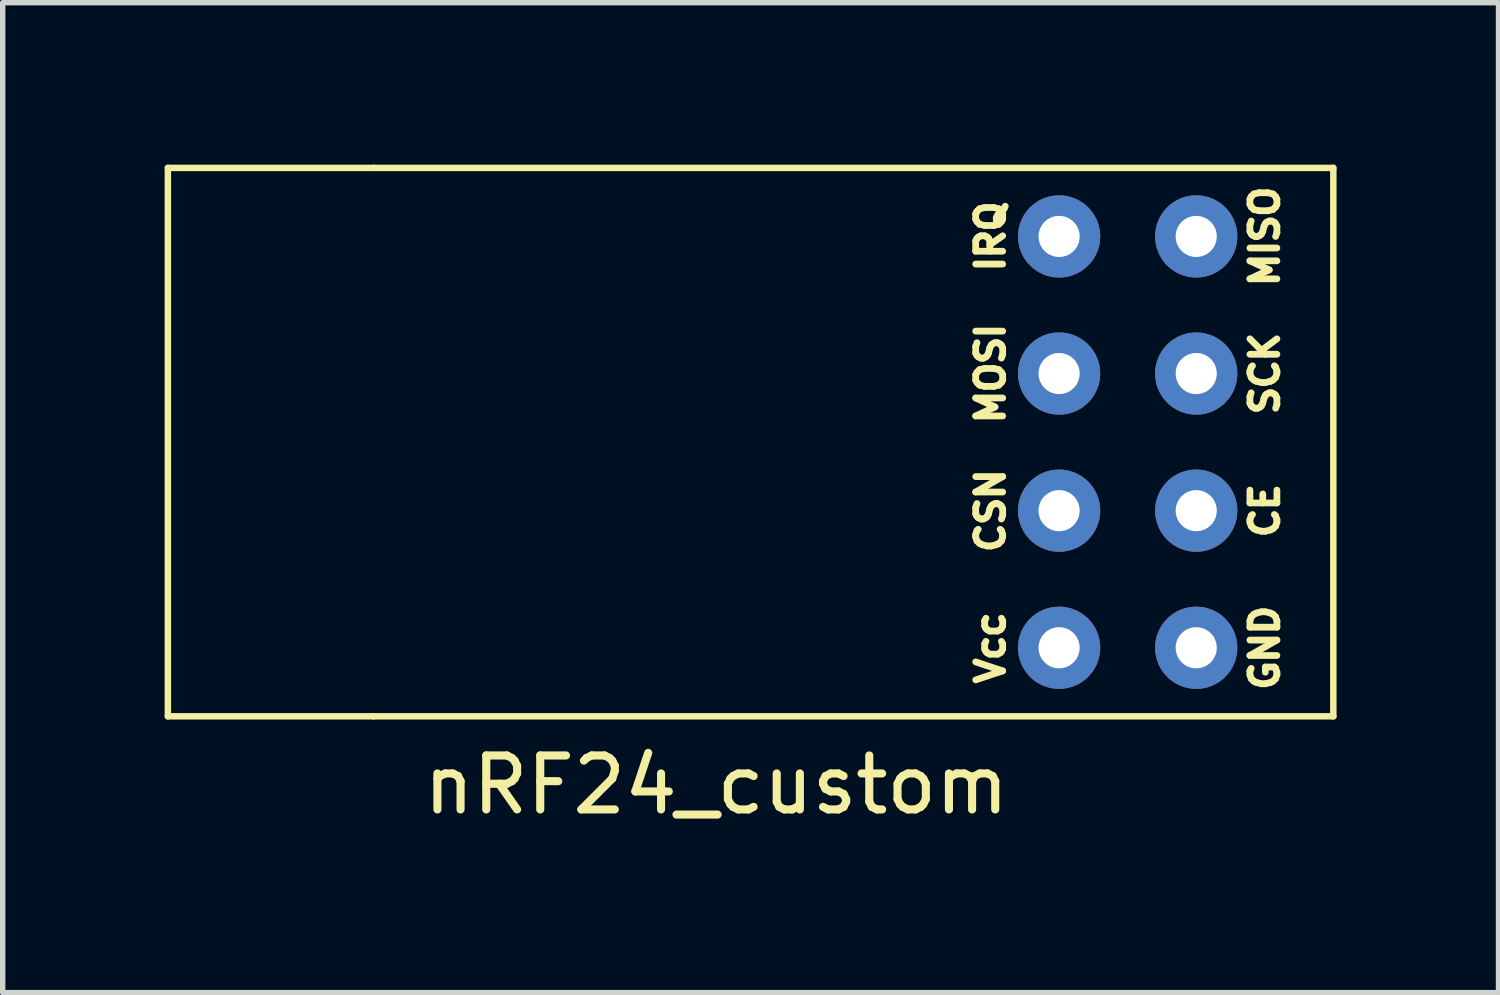
<source format=kicad_pcb>
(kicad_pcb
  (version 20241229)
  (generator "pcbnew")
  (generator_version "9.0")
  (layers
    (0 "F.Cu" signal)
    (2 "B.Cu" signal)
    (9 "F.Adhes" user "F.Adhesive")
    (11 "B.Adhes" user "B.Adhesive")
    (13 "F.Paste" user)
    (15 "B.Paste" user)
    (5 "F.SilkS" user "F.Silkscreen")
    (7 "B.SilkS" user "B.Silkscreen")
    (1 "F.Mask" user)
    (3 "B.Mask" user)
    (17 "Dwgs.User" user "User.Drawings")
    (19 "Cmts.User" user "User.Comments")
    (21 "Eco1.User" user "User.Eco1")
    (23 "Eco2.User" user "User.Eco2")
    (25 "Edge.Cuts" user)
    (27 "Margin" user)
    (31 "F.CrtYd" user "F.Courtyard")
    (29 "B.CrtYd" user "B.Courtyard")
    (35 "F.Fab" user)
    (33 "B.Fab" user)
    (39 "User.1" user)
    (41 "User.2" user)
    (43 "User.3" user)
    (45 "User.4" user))
  (footprint "nRF24_custom"
    (layer "F.Cu")
    (at 10.22 5.14)
    (property "Reference" "nRF24_custom" (at 0 6.35 0) (layer "F.SilkS") (effects (font (size 1 1) (thickness 0.15))))
    (attr through_hole)
    (fp_line (start -10.16 -5.08) (end -10.16 5.08) (stroke (width 0.12) (type solid)) (layer "F.SilkS"))
    (fp_line (start -10.16 -5.08) (end -6.35 -5.08) (stroke (width 0.12) (type solid)) (layer "F.SilkS"))
    (fp_line (start -6.35 5.08) (end -10.16 5.08) (stroke (width 0.12) (type solid)) (layer "F.SilkS"))
    (fp_line (start -6.35 5.08) (end 11.43 5.08) (stroke (width 0.12) (type solid)) (layer "F.SilkS"))
    (fp_line (start 11.43 -5.08) (end -6.35 -5.08) (stroke (width 0.12) (type solid)) (layer "F.SilkS"))
    (fp_line (start 11.43 5.08) (end 11.43 -5.08) (stroke (width 0.12) (type solid)) (layer "F.SilkS"))
    (fp_text user "MISO" (at 10.16 -3.81 90) (layer "F.SilkS") (effects (font (size 0.5 0.5) (thickness 0.125))))
    (fp_text user "GND" (at 10.16 3.81 90) (layer "F.SilkS") (effects (font (size 0.5 0.5) (thickness 0.125))))
    (fp_text user "Vcc" (at 5.08 3.81 90) (layer "F.SilkS") (effects (font (size 0.5 0.5) (thickness 0.125))))
    (fp_text user "CSN" (at 5.08 1.27 90) (layer "F.SilkS") (effects (font (size 0.5 0.5) (thickness 0.125))))
    (fp_text user "IRQ" (at 5.08 -3.81 90) (layer "F.SilkS") (effects (font (size 0.5 0.5) (thickness 0.125))))
    (fp_text user "CE" (at 10.16 1.27 90) (layer "F.SilkS") (effects (font (size 0.5 0.5) (thickness 0.125))))
    (fp_text user "MOSI" (at 5.08 -1.27 90) (layer "F.SilkS") (effects (font (size 0.5 0.5) (thickness 0.125))))
    (fp_text user "SCK" (at 10.16 -1.27 90) (layer "F.SilkS") (effects (font (size 0.5 0.5) (thickness 0.125))))
    (pad "0" thru_hole circle (at 8.89 3.81) (size 1.524 1.524) (drill 0.762) (layers "*.Cu" "*.Mask"))
    (pad "1" thru_hole circle (at 8.89 1.27) (size 1.524 1.524) (drill 0.762) (layers "*.Cu" "*.Mask"))
    (pad "2" thru_hole circle (at 8.89 -1.27) (size 1.524 1.524) (drill 0.762) (layers "*.Cu" "*.Mask"))
    (pad "3" thru_hole circle (at 8.89 -3.81) (size 1.524 1.524) (drill 0.762) (layers "*.Cu" "*.Mask"))
    (pad "4" thru_hole circle (at 6.35 -3.81) (size 1.524 1.524) (drill 0.762) (layers "*.Cu" "*.Mask"))
    (pad "5" thru_hole circle (at 6.35 -1.27) (size 1.524 1.524) (drill 0.762) (layers "*.Cu" "*.Mask"))
    (pad "6" thru_hole circle (at 6.35 1.27) (size 1.524 1.524) (drill 0.762) (layers "*.Cu" "*.Mask"))
    (pad "7" thru_hole circle (at 6.35 3.81) (size 1.524 1.524) (drill 0.762) (layers "*.Cu" "*.Mask")))
  (gr_rect
    (start -3 -3)
    (end 24.71 15.338)
    (stroke (width 0.1) (type default))
    (fill no)
    (layer "Edge.Cuts")))
</source>
